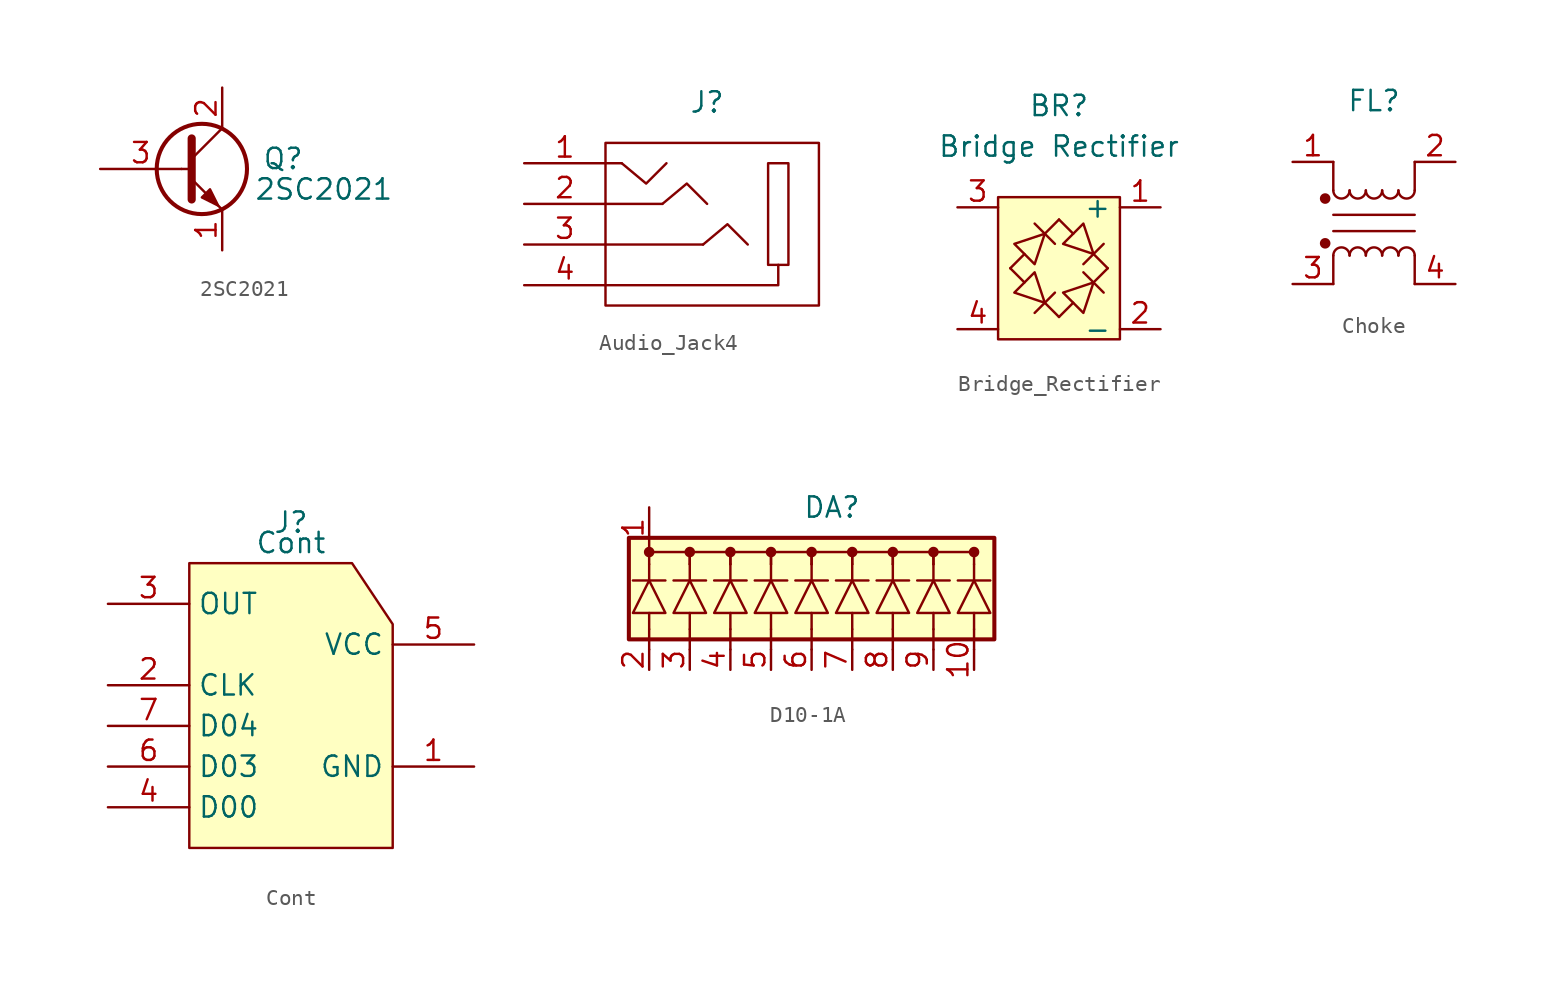
<source format=kicad_sym>
(kicad_symbol_lib
  (version 20220914)
  (generator kicad_symbol_editor)
  (symbol "2SC2021"
    (pin_names hide)
    (property "Reference" "Q"
      (at 5.08 0.635 0)
      (effects (font (size 1.27 1.27))))
    (property "Value" "2SC2021"
      (at 7.62 -1.27 0)
      (effects (font (size 1.27 1.27))))
    (symbol "2SC2021_0_1"
      (polyline (pts (xy -1.27 0) (xy -0.762 0)) (stroke (width 0) (type default)) (fill (type none)))
      (polyline (pts (xy -0.635 0.635) (xy 1.27 2.54)) (stroke (width 0) (type default)) (fill (type none)))
      (polyline (pts (xy -0.635 -0.635) (xy 1.27 -2.54) (xy 1.27 -2.54)) (stroke (width 0) (type default)) (fill (type none)))
      (polyline (pts (xy -0.635 1.905) (xy -0.635 -1.905) (xy -0.635 -1.905)) (stroke (width 0.508) (type default)) (fill (type none)))
      (polyline (pts (xy 0 -1.778) (xy 0.508 -1.27) (xy 1.016 -2.286) (xy 0 -1.778) (xy 0 -1.778)) (stroke (width 0) (type default)) (fill (type outline)))
      (circle (center 0 0) (radius 2.819) (stroke (width 0.254) (type default)) (fill (type none))))
    (symbol "2SC2021_1_1"
      (pin passive line (at 1.27 -5.08 90) (length 2.54) (name "E" (effects (font (size 1.27 1.27)))) (number "1" (effects (font (size 1.27 1.27)))))
      (pin passive line (at 1.27 5.08 270) (length 2.54) (name "C" (effects (font (size 1.27 1.27)))) (number "2" (effects (font (size 1.27 1.27)))))
      (pin input line (at -6.35 0 0) (length 5.08) (name "B" (effects (font (size 1.27 1.27)))) (number "3" (effects (font (size 1.27 1.27)))))))
  (symbol "Audio_Jack4"
    (pin_names hide)
    (property "Reference" "J"
      (at 0 7.62 0)
      (effects (font (size 1.27 1.27))))
    (property "Value" ""
      (at 1.524 0.254 0)
      (effects (font (size 1.27 1.27))))
    (symbol "Audio_Jack4_0_1"
      (rectangle (start -6.35 5.08) (end 6.985 -5.08) (stroke (width 0) (type default)) (fill (type none)))
      (polyline (pts (xy -6.35 -1.27) (xy -0.254 -1.27)) (stroke (width 0) (type default)) (fill (type none)))
      (polyline (pts (xy -6.35 1.27) (xy -2.794 1.27)) (stroke (width 0) (type default)) (fill (type none)))
      (polyline (pts (xy -6.35 3.81) (xy -5.334 3.81)) (stroke (width 0) (type default)) (fill (type none)))
      (polyline (pts (xy -6.35 -3.81) (xy 4.445 -3.81) (xy 4.445 -2.54)) (stroke (width 0) (type default)) (fill (type none)))
      (polyline (pts (xy -2.54 3.81) (xy -3.81 2.54) (xy -5.334 3.81)) (stroke (width 0) (type default)) (fill (type none)))
      (polyline (pts (xy 0 1.27) (xy -1.27 2.54) (xy -2.794 1.27)) (stroke (width 0) (type default)) (fill (type none)))
      (polyline (pts (xy 2.54 -1.27) (xy 1.27 0) (xy -0.254 -1.27)) (stroke (width 0) (type default)) (fill (type none)))
      (rectangle (start 3.81 3.81) (end 5.08 -2.54) (stroke (width 0) (type default)) (fill (type none))))
    (symbol "Audio_Jack4_1_1"
      (pin passive line (at -11.43 3.81 0) (length 5.08) (name "T" (effects (font (size 1.27 1.27)))) (number "1" (effects (font (size 1.27 1.27)))))
      (pin passive line (at -11.43 1.27 0) (length 5.08) (name "R1" (effects (font (size 1.27 1.27)))) (number "2" (effects (font (size 1.27 1.27)))))
      (pin passive line (at -11.43 -1.27 0) (length 5.08) (name "R2" (effects (font (size 1.27 1.27)))) (number "3" (effects (font (size 1.27 1.27)))))
      (pin passive line (at -11.43 -3.81 0) (length 5.08) (name "S" (effects (font (size 1.27 1.27)))) (number "4" (effects (font (size 1.27 1.27)))))))
  (symbol "Bridge_Rectifier"
    (property "Reference" "BR"
      (at 0 10.16 0)
      (effects (font (size 1.27 1.27))))
    (property "Value" "Bridge Rectifier"
      (at 0 7.62 0)
      (effects (font (size 1.27 1.27))))
    (symbol "Bridge_Rectifier_0_1"
      (rectangle (start -3.81 4.445) (end 3.81 -4.445) (stroke (width 0) (type solid)) (fill (type background)))
      (polyline (pts (xy -2.159 0.889) (xy -3.048 0)) (stroke (width 0) (type solid)) (fill (type none)))
      (polyline (pts (xy -1.524 2.794) (xy -0.254 1.524)) (stroke (width 0) (type solid)) (fill (type none)))
      (polyline (pts (xy -2.794 1.524) (xy -1.524 0.254) (xy -0.889 2.159) (xy -2.794 1.524)) (stroke (width 0) (type solid)) (fill (type none))))
    (symbol "Bridge_Rectifier_1_1"
      (polyline (pts (xy -2.159 -0.889) (xy -3.048 0)) (stroke (width 0) (type solid)) (fill (type none)))
      (polyline (pts (xy -0.254 -1.524) (xy -1.524 -2.794)) (stroke (width 0) (type solid)) (fill (type none)))
      (polyline (pts (xy 0 -3.048) (xy -0.889 -2.159)) (stroke (width 0) (type solid)) (fill (type none)))
      (polyline (pts (xy 0 3.048) (xy -0.889 2.159)) (stroke (width 0) (type solid)) (fill (type none)))
      (polyline (pts (xy 0.889 -2.159) (xy 0 -3.048)) (stroke (width 0) (type solid)) (fill (type none)))
      (polyline (pts (xy 0.889 2.159) (xy 0 3.048)) (stroke (width 0) (type solid)) (fill (type none)))
      (polyline (pts (xy 1.524 -0.254) (xy 2.794 -1.524)) (stroke (width 0) (type solid)) (fill (type none)))
      (polyline (pts (xy 2.794 1.524) (xy 1.524 0.254)) (stroke (width 0) (type solid)) (fill (type none)))
      (polyline (pts (xy 3.048 0) (xy 2.159 -0.889)) (stroke (width 0) (type solid)) (fill (type none)))
      (polyline (pts (xy 3.048 0) (xy 2.159 0.889)) (stroke (width 0) (type solid)) (fill (type none)))
      (polyline (pts (xy -1.524 -0.254) (xy -2.794 -1.524) (xy -0.889 -2.159) (xy -1.524 -0.254)) (stroke (width 0) (type solid)) (fill (type none)))
      (polyline (pts (xy 0.254 -1.524) (xy 1.524 -2.794) (xy 2.159 -0.889) (xy 0.254 -1.524)) (stroke (width 0) (type solid)) (fill (type none)))
      (polyline (pts (xy 1.524 2.794) (xy 0.254 1.524) (xy 2.159 0.889) (xy 1.524 2.794)) (stroke (width 0) (type solid)) (fill (type none)))
      (pin passive line (at 6.35 3.81 180) (length 2.54) (name "+" (effects (font (size 1.27 1.27)))) (number "1" (effects (font (size 1.27 1.27)))))
      (pin passive line (at 6.35 -3.81 180) (length 2.54) (name "-" (effects (font (size 1.27 1.27)))) (number "2" (effects (font (size 1.27 1.27)))))
      (pin passive line (at -6.35 3.81 0) (length 2.54) (name "~" (effects (font (size 1.27 1.27)))) (number "3" (effects (font (size 1.27 1.27)))))
      (pin passive line (at -6.35 -3.81 0) (length 2.54) (name "~" (effects (font (size 1.27 1.27)))) (number "4" (effects (font (size 1.27 1.27)))))))
  (symbol "Choke"
    (pin_names hide)
    (property "Reference" "FL"
      (at 0 7.62 0)
      (effects (font (size 1.27 1.27))))
    (property "Value" ""
      (at 0 0 0)
      (effects (font (size 1.27 1.27))))
    (symbol "Choke_1_1"
      (circle (center -3.048 -1.27) (radius 0.254) (stroke (width 0) (type default)) (fill (type outline)))
      (circle (center -3.048 1.524) (radius 0.254) (stroke (width 0) (type default)) (fill (type outline)))
      (arc (start -2.54 2.032) (mid -2.032 1.5262) (end -1.524 2.032) (stroke (width 0) (type default)) (fill (type none)))
      (arc (start -1.524 -2.032) (mid -2.032 -1.5262) (end -2.54 -2.032) (stroke (width 0) (type default)) (fill (type none)))
      (arc (start -1.524 2.032) (mid -1.016 1.5262) (end -0.508 2.032) (stroke (width 0) (type default)) (fill (type none)))
      (arc (start -0.508 -2.032) (mid -1.016 -1.5262) (end -1.524 -2.032) (stroke (width 0) (type default)) (fill (type none)))
      (arc (start -0.508 2.032) (mid 0 1.5262) (end 0.508 2.032) (stroke (width 0) (type default)) (fill (type none)))
      (polyline (pts (xy -2.54 -2.032) (xy -2.54 -3.81)) (stroke (width 0) (type default)) (fill (type none)))
      (polyline (pts (xy -2.54 0.508) (xy 2.54 0.508)) (stroke (width 0) (type default)) (fill (type none)))
      (polyline (pts (xy -2.54 2.032) (xy -2.54 3.81)) (stroke (width 0) (type default)) (fill (type none)))
      (polyline (pts (xy 2.54 -2.032) (xy 2.54 -3.81)) (stroke (width 0) (type default)) (fill (type none)))
      (polyline (pts (xy 2.54 -0.508) (xy -2.54 -0.508)) (stroke (width 0) (type default)) (fill (type none)))
      (polyline (pts (xy 2.54 3.81) (xy 2.54 2.032)) (stroke (width 0) (type default)) (fill (type none)))
      (arc (start 0.508 -2.032) (mid 0 -1.5262) (end -0.508 -2.032) (stroke (width 0) (type default)) (fill (type none)))
      (arc (start 0.508 2.032) (mid 1.016 1.5262) (end 1.524 2.032) (stroke (width 0) (type default)) (fill (type none)))
      (arc (start 1.524 -2.032) (mid 1.016 -1.5262) (end 0.508 -2.032) (stroke (width 0) (type default)) (fill (type none)))
      (arc (start 1.524 2.032) (mid 2.032 1.5262) (end 2.54 2.032) (stroke (width 0) (type default)) (fill (type none)))
      (arc (start 2.54 -2.032) (mid 2.032 -1.5262) (end 1.524 -2.032) (stroke (width 0) (type default)) (fill (type none)))
      (pin passive line (at -5.08 3.81 0) (length 2.54) (name "1" (effects (font (size 1.27 1.27)))) (number "1" (effects (font (size 1.27 1.27)))))
      (pin passive line (at 5.08 3.81 180) (length 2.54) (name "2" (effects (font (size 1.27 1.27)))) (number "2" (effects (font (size 1.27 1.27)))))
      (pin passive line (at -5.08 -3.81 0) (length 2.54) (name "3" (effects (font (size 1.27 1.27)))) (number "3" (effects (font (size 1.27 1.27)))))
      (pin passive line (at 5.08 -3.81 180) (length 2.54) (name "4" (effects (font (size 1.27 1.27)))) (number "4" (effects (font (size 1.27 1.27)))))))
  (symbol "Cont"
    (property "Reference" "J"
      (at 0 11.43 0)
      (effects (font (size 1.27 1.27))))
    (property "Value" "Cont"
      (at 0 10.16 0)
      (effects (font (size 1.27 1.27))))
    (symbol "Cont_0_1"
      (polyline (pts (xy 6.35 -8.89) (xy 6.35 5.08) (xy 3.81 8.89) (xy -6.35 8.89) (xy -6.35 -8.89) (xy 6.35 -8.89)) (stroke (width 0) (type solid)) (fill (type background))))
    (symbol "Cont_1_1"
      (pin passive line (at 11.43 -3.81 180) (length 5.08) (name "GND" (effects (font (size 1.27 1.27)))) (number "1" (effects (font (size 1.27 1.27)))))
      (pin input line (at -11.43 1.27 0) (length 5.08) (name "CLK" (effects (font (size 1.27 1.27)))) (number "2" (effects (font (size 1.27 1.27)))))
      (pin input line (at -11.43 6.35 0) (length 5.08) (name "OUT" (effects (font (size 1.27 1.27)))) (number "3" (effects (font (size 1.27 1.27)))))
      (pin output line (at -11.43 -6.35 0) (length 5.08) (name "D00" (effects (font (size 1.27 1.27)))) (number "4" (effects (font (size 1.27 1.27)))))
      (pin passive line (at 11.43 3.81 180) (length 5.08) (name "VCC" (effects (font (size 1.27 1.27)))) (number "5" (effects (font (size 1.27 1.27)))))
      (pin output line (at -11.43 -3.81 0) (length 5.08) (name "D03" (effects (font (size 1.27 1.27)))) (number "6" (effects (font (size 1.27 1.27)))))
      (pin output line (at -11.43 -1.27 0) (length 5.08) (name "D04" (effects (font (size 1.27 1.27)))) (number "7" (effects (font (size 1.27 1.27)))))))
  (symbol "D10-1A"
    (pin_names hide)
    (property "Reference" "DA"
      (at 0 5.08 0)
      (effects (font (size 1.27 1.27))))
    (property "Value" ""
      (at 0 5.08 0)
      (effects (font (size 1.27 1.27))))
    (symbol "D10-1A_0_1"
      (rectangle (start -12.7 3.175) (end 10.16 -3.175) (stroke (width 0.254) (type default)) (fill (type background)))
      (circle (center -11.43 2.286) (radius 0.254) (stroke (width 0) (type default)) (fill (type outline)))
      (circle (center -8.89 2.286) (radius 0.254) (stroke (width 0) (type default)) (fill (type outline)))
      (circle (center -6.35 2.286) (radius 0.254) (stroke (width 0) (type default)) (fill (type outline)))
      (circle (center -3.81 2.286) (radius 0.254) (stroke (width 0) (type default)) (fill (type outline)))
      (circle (center -1.27 2.286) (radius 0.254) (stroke (width 0) (type default)) (fill (type outline)))
      (polyline (pts (xy -12.446 0.508) (xy -10.414 0.508)) (stroke (width 0) (type default)) (fill (type none)))
      (polyline (pts (xy -11.43 -2.54) (xy -11.43 -3.81)) (stroke (width 0) (type default)) (fill (type none)))
      (polyline (pts (xy -9.906 0.508) (xy -7.874 0.508)) (stroke (width 0) (type default)) (fill (type none)))
      (polyline (pts (xy -8.89 -2.54) (xy -8.89 -3.81)) (stroke (width 0) (type default)) (fill (type none)))
      (polyline (pts (xy -7.366 0.508) (xy -5.334 0.508)) (stroke (width 0) (type default)) (fill (type none)))
      (polyline (pts (xy -6.35 -2.54) (xy -6.35 -3.81)) (stroke (width 0) (type default)) (fill (type none)))
      (polyline (pts (xy -4.826 0.508) (xy -2.794 0.508)) (stroke (width 0) (type default)) (fill (type none)))
      (polyline (pts (xy -3.81 -2.54) (xy -3.81 -3.81)) (stroke (width 0) (type default)) (fill (type none)))
      (polyline (pts (xy -2.286 0.508) (xy -0.254 0.508)) (stroke (width 0) (type default)) (fill (type none)))
      (polyline (pts (xy -1.27 -2.54) (xy -1.27 -3.81)) (stroke (width 0) (type default)) (fill (type none)))
      (polyline (pts (xy 0.254 0.508) (xy 2.286 0.508)) (stroke (width 0) (type default)) (fill (type none)))
      (polyline (pts (xy 1.27 -2.54) (xy 1.27 -3.81)) (stroke (width 0) (type default)) (fill (type none)))
      (polyline (pts (xy 2.794 0.508) (xy 4.826 0.508)) (stroke (width 0) (type default)) (fill (type none)))
      (polyline (pts (xy 3.81 -2.54) (xy 3.81 -3.81)) (stroke (width 0) (type default)) (fill (type none)))
      (polyline (pts (xy 5.334 0.508) (xy 7.366 0.508)) (stroke (width 0) (type default)) (fill (type none)))
      (polyline (pts (xy 6.35 -2.54) (xy 6.35 -3.81)) (stroke (width 0) (type default)) (fill (type none)))
      (polyline (pts (xy 7.874 0.508) (xy 9.906 0.508)) (stroke (width 0) (type default)) (fill (type none)))
      (polyline (pts (xy 8.89 -2.54) (xy 8.89 -3.81)) (stroke (width 0) (type default)) (fill (type none)))
      (polyline (pts (xy -11.43 1.524) (xy -11.43 2.286) (xy -8.89 2.286) (xy -8.89 1.524)) (stroke (width 0) (type default)) (fill (type none)))
      (polyline (pts (xy -8.89 1.524) (xy -8.89 2.286) (xy -6.35 2.286) (xy -6.35 1.524)) (stroke (width 0) (type default)) (fill (type none)))
      (polyline (pts (xy -6.35 1.524) (xy -6.35 2.286) (xy -3.81 2.286) (xy -3.81 1.524)) (stroke (width 0) (type default)) (fill (type none)))
      (polyline (pts (xy -3.81 1.524) (xy -3.81 2.286) (xy -1.27 2.286) (xy -1.27 1.524)) (stroke (width 0) (type default)) (fill (type none)))
      (polyline (pts (xy -1.27 1.524) (xy -1.27 2.286) (xy 1.27 2.286) (xy 1.27 1.524)) (stroke (width 0) (type default)) (fill (type none)))
      (polyline (pts (xy 1.27 1.524) (xy 1.27 2.286) (xy 3.81 2.286) (xy 3.81 1.524)) (stroke (width 0) (type default)) (fill (type none)))
      (polyline (pts (xy 3.81 1.524) (xy 3.81 2.286) (xy 6.35 2.286) (xy 6.35 1.524)) (stroke (width 0) (type default)) (fill (type none)))
      (polyline (pts (xy 6.35 1.524) (xy 6.35 2.286) (xy 8.89 2.286) (xy 8.89 1.524)) (stroke (width 0) (type default)) (fill (type none)))
      (circle (center 1.27 2.286) (radius 0.254) (stroke (width 0) (type default)) (fill (type outline)))
      (circle (center 3.81 2.286) (radius 0.254) (stroke (width 0) (type default)) (fill (type outline)))
      (circle (center 6.35 2.286) (radius 0.254) (stroke (width 0) (type default)) (fill (type outline)))
      (circle (center 8.89 2.286) (radius 0.254) (stroke (width 0) (type default)) (fill (type outline))))
    (symbol "D10-1A_1_1"
      (polyline (pts (xy -11.43 -1.524) (xy -11.43 -2.54)) (stroke (width 0) (type default)) (fill (type none)))
      (polyline (pts (xy -11.43 0.508) (xy -11.43 1.524)) (stroke (width 0) (type default)) (fill (type none)))
      (polyline (pts (xy -8.89 -1.524) (xy -8.89 -2.54)) (stroke (width 0) (type default)) (fill (type none)))
      (polyline (pts (xy -8.89 0.508) (xy -8.89 1.524)) (stroke (width 0) (type default)) (fill (type none)))
      (polyline (pts (xy -6.35 -1.524) (xy -6.35 -2.54)) (stroke (width 0) (type default)) (fill (type none)))
      (polyline (pts (xy -6.35 0.508) (xy -6.35 1.524)) (stroke (width 0) (type default)) (fill (type none)))
      (polyline (pts (xy -3.81 -1.524) (xy -3.81 -2.54)) (stroke (width 0) (type default)) (fill (type none)))
      (polyline (pts (xy -3.81 0.508) (xy -3.81 1.524)) (stroke (width 0) (type default)) (fill (type none)))
      (polyline (pts (xy -1.27 -1.524) (xy -1.27 -2.54)) (stroke (width 0) (type default)) (fill (type none)))
      (polyline (pts (xy -1.27 0.508) (xy -1.27 1.524)) (stroke (width 0) (type default)) (fill (type none)))
      (polyline (pts (xy 1.27 -1.524) (xy 1.27 -2.54)) (stroke (width 0) (type default)) (fill (type none)))
      (polyline (pts (xy 1.27 0.508) (xy 1.27 1.524)) (stroke (width 0) (type default)) (fill (type none)))
      (polyline (pts (xy 3.81 -1.524) (xy 3.81 -2.54)) (stroke (width 0) (type default)) (fill (type none)))
      (polyline (pts (xy 3.81 0.508) (xy 3.81 1.524)) (stroke (width 0) (type default)) (fill (type none)))
      (polyline (pts (xy 6.35 -1.524) (xy 6.35 -2.54)) (stroke (width 0) (type default)) (fill (type none)))
      (polyline (pts (xy 6.35 0.508) (xy 6.35 1.524)) (stroke (width 0) (type default)) (fill (type none)))
      (polyline (pts (xy 8.89 -1.524) (xy 8.89 -2.54)) (stroke (width 0) (type default)) (fill (type none)))
      (polyline (pts (xy 8.89 0.508) (xy 8.89 1.524)) (stroke (width 0) (type default)) (fill (type none)))
      (polyline (pts (xy -12.446 -1.524) (xy -10.414 -1.524) (xy -11.43 0.508) (xy -12.446 -1.524)) (stroke (width 0) (type default)) (fill (type background)))
      (polyline (pts (xy -9.906 -1.524) (xy -7.874 -1.524) (xy -8.89 0.508) (xy -9.906 -1.524)) (stroke (width 0) (type default)) (fill (type background)))
      (polyline (pts (xy -7.366 -1.524) (xy -5.334 -1.524) (xy -6.35 0.508) (xy -7.366 -1.524)) (stroke (width 0) (type default)) (fill (type background)))
      (polyline (pts (xy -4.826 -1.524) (xy -2.794 -1.524) (xy -3.81 0.508) (xy -4.826 -1.524)) (stroke (width 0) (type default)) (fill (type background)))
      (polyline (pts (xy -2.286 -1.524) (xy -0.254 -1.524) (xy -1.27 0.508) (xy -2.286 -1.524)) (stroke (width 0) (type default)) (fill (type background)))
      (polyline (pts (xy 0.254 -1.524) (xy 2.286 -1.524) (xy 1.27 0.508) (xy 0.254 -1.524)) (stroke (width 0) (type default)) (fill (type background)))
      (polyline (pts (xy 2.794 -1.524) (xy 4.826 -1.524) (xy 3.81 0.508) (xy 2.794 -1.524)) (stroke (width 0) (type default)) (fill (type background)))
      (polyline (pts (xy 5.334 -1.524) (xy 7.366 -1.524) (xy 6.35 0.508) (xy 5.334 -1.524)) (stroke (width 0) (type default)) (fill (type background)))
      (polyline (pts (xy 7.874 -1.524) (xy 9.906 -1.524) (xy 8.89 0.508) (xy 7.874 -1.524)) (stroke (width 0) (type default)) (fill (type background)))
      (pin passive line (at -11.43 5.08 270) (length 2.54) (name "common" (effects (font (size 1.27 1.27)))) (number "1" (effects (font (size 1.27 1.27)))))
      (pin passive line (at 8.89 -5.08 90) (length 1.27) (name "R9" (effects (font (size 1.27 1.27)))) (number "10" (effects (font (size 1.27 1.27)))))
      (pin passive line (at -11.43 -5.08 90) (length 1.27) (name "R1" (effects (font (size 1.27 1.27)))) (number "2" (effects (font (size 1.27 1.27)))))
      (pin passive line (at -8.89 -5.08 90) (length 1.27) (name "R2" (effects (font (size 1.27 1.27)))) (number "3" (effects (font (size 1.27 1.27)))))
      (pin passive line (at -6.35 -5.08 90) (length 1.27) (name "R3" (effects (font (size 1.27 1.27)))) (number "4" (effects (font (size 1.27 1.27)))))
      (pin passive line (at -3.81 -5.08 90) (length 1.27) (name "R4" (effects (font (size 1.27 1.27)))) (number "5" (effects (font (size 1.27 1.27)))))
      (pin passive line (at -1.27 -5.08 90) (length 1.27) (name "R5" (effects (font (size 1.27 1.27)))) (number "6" (effects (font (size 1.27 1.27)))))
      (pin passive line (at 1.27 -5.08 90) (length 1.27) (name "R6" (effects (font (size 1.27 1.27)))) (number "7" (effects (font (size 1.27 1.27)))))
      (pin passive line (at 3.81 -5.08 90) (length 1.27) (name "R7" (effects (font (size 1.27 1.27)))) (number "8" (effects (font (size 1.27 1.27)))))
      (pin passive line (at 6.35 -5.08 90) (length 1.27) (name "R8" (effects (font (size 1.27 1.27)))) (number "9" (effects (font (size 1.27 1.27))))))))
</source>
